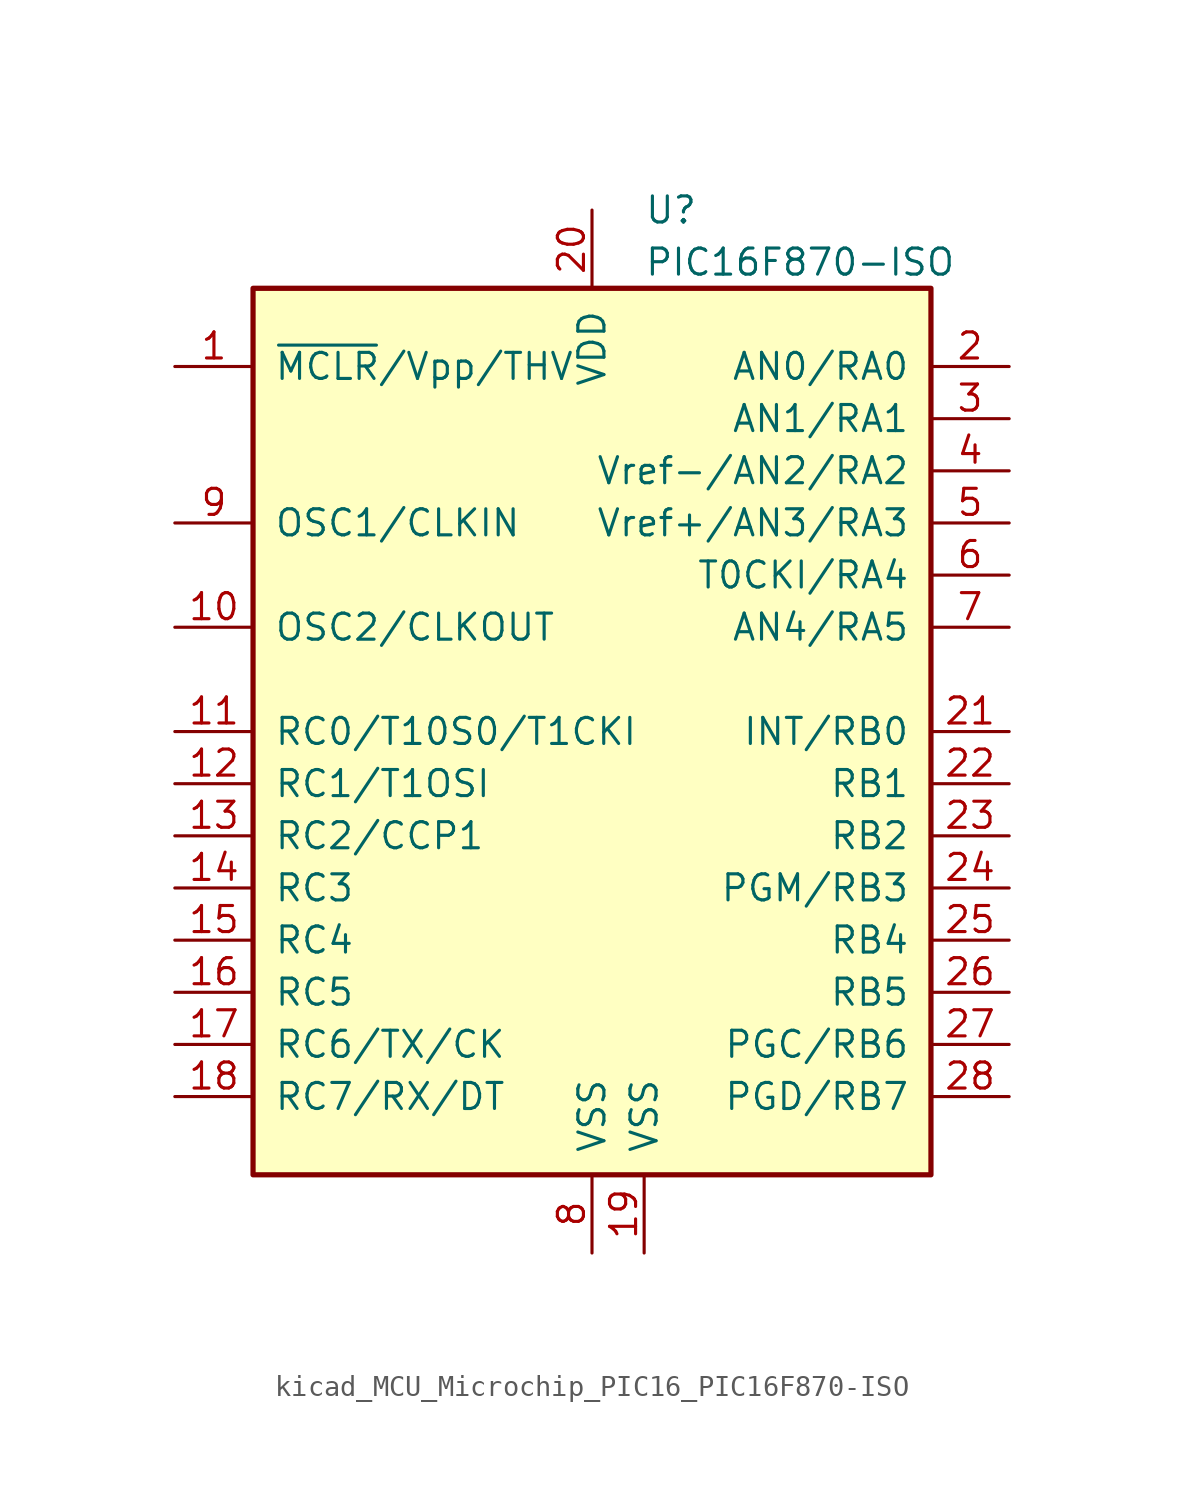
<source format=kicad_sym>
(kicad_symbol_lib
  (version 20220914)
  (generator kicad_symbol_editor)
  (symbol "kicad_MCU_Microchip_PIC16_PIC16F870-ISO"
    (pin_names
      (offset 1.016))
    (property "Reference" "U"
      (at 2.54 25.4 0)
      (effects (font (size 1.27 1.27)) (justify left)))
    (property "Value" "PIC16F870-ISO"
      (at 2.54 22.86 0)
      (effects (font (size 1.27 1.27)) (justify left)))
    (symbol "kicad_MCU_Microchip_PIC16_PIC16F870-ISO_0_1"
      (rectangle (start -16.51 -21.59) (end 16.51 21.59) (stroke (width 0.254) (type default)) (fill (type background))))
    (symbol "kicad_MCU_Microchip_PIC16_PIC16F870-ISO_1_1"
      (pin input line (at -20.32 17.78 0) (length 3.81) (name "~{MCLR}/Vpp/THV" (effects (font (size 1.27 1.27)))) (number "1" (effects (font (size 1.27 1.27)))))
      (pin output line (at -20.32 5.08 0) (length 3.81) (name "OSC2/CLKOUT" (effects (font (size 1.27 1.27)))) (number "10" (effects (font (size 1.27 1.27)))))
      (pin bidirectional line (at -20.32 0 0) (length 3.81) (name "RC0/T10S0/T1CKI" (effects (font (size 1.27 1.27)))) (number "11" (effects (font (size 1.27 1.27)))))
      (pin bidirectional line (at -20.32 -2.54 0) (length 3.81) (name "RC1/T1OSI" (effects (font (size 1.27 1.27)))) (number "12" (effects (font (size 1.27 1.27)))))
      (pin bidirectional line (at -20.32 -5.08 0) (length 3.81) (name "RC2/CCP1" (effects (font (size 1.27 1.27)))) (number "13" (effects (font (size 1.27 1.27)))))
      (pin bidirectional line (at -20.32 -7.62 0) (length 3.81) (name "RC3" (effects (font (size 1.27 1.27)))) (number "14" (effects (font (size 1.27 1.27)))))
      (pin bidirectional line (at -20.32 -10.16 0) (length 3.81) (name "RC4" (effects (font (size 1.27 1.27)))) (number "15" (effects (font (size 1.27 1.27)))))
      (pin bidirectional line (at -20.32 -12.7 0) (length 3.81) (name "RC5" (effects (font (size 1.27 1.27)))) (number "16" (effects (font (size 1.27 1.27)))))
      (pin bidirectional line (at -20.32 -15.24 0) (length 3.81) (name "RC6/TX/CK" (effects (font (size 1.27 1.27)))) (number "17" (effects (font (size 1.27 1.27)))))
      (pin bidirectional line (at -20.32 -17.78 0) (length 3.81) (name "RC7/RX/DT" (effects (font (size 1.27 1.27)))) (number "18" (effects (font (size 1.27 1.27)))))
      (pin power_in line (at 2.54 -25.4 90) (length 3.81) (name "VSS" (effects (font (size 1.27 1.27)))) (number "19" (effects (font (size 1.27 1.27)))))
      (pin bidirectional line (at 20.32 17.78 180) (length 3.81) (name "AN0/RA0" (effects (font (size 1.27 1.27)))) (number "2" (effects (font (size 1.27 1.27)))))
      (pin power_in line (at 0 25.4 270) (length 3.81) (name "VDD" (effects (font (size 1.27 1.27)))) (number "20" (effects (font (size 1.27 1.27)))))
      (pin bidirectional line (at 20.32 0 180) (length 3.81) (name "INT/RB0" (effects (font (size 1.27 1.27)))) (number "21" (effects (font (size 1.27 1.27)))))
      (pin bidirectional line (at 20.32 -2.54 180) (length 3.81) (name "RB1" (effects (font (size 1.27 1.27)))) (number "22" (effects (font (size 1.27 1.27)))))
      (pin bidirectional line (at 20.32 -5.08 180) (length 3.81) (name "RB2" (effects (font (size 1.27 1.27)))) (number "23" (effects (font (size 1.27 1.27)))))
      (pin bidirectional line (at 20.32 -7.62 180) (length 3.81) (name "PGM/RB3" (effects (font (size 1.27 1.27)))) (number "24" (effects (font (size 1.27 1.27)))))
      (pin bidirectional line (at 20.32 -10.16 180) (length 3.81) (name "RB4" (effects (font (size 1.27 1.27)))) (number "25" (effects (font (size 1.27 1.27)))))
      (pin bidirectional line (at 20.32 -12.7 180) (length 3.81) (name "RB5" (effects (font (size 1.27 1.27)))) (number "26" (effects (font (size 1.27 1.27)))))
      (pin bidirectional line (at 20.32 -15.24 180) (length 3.81) (name "PGC/RB6" (effects (font (size 1.27 1.27)))) (number "27" (effects (font (size 1.27 1.27)))))
      (pin bidirectional line (at 20.32 -17.78 180) (length 3.81) (name "PGD/RB7" (effects (font (size 1.27 1.27)))) (number "28" (effects (font (size 1.27 1.27)))))
      (pin bidirectional line (at 20.32 15.24 180) (length 3.81) (name "AN1/RA1" (effects (font (size 1.27 1.27)))) (number "3" (effects (font (size 1.27 1.27)))))
      (pin bidirectional line (at 20.32 12.7 180) (length 3.81) (name "Vref-/AN2/RA2" (effects (font (size 1.27 1.27)))) (number "4" (effects (font (size 1.27 1.27)))))
      (pin bidirectional line (at 20.32 10.16 180) (length 3.81) (name "Vref+/AN3/RA3" (effects (font (size 1.27 1.27)))) (number "5" (effects (font (size 1.27 1.27)))))
      (pin bidirectional line (at 20.32 7.62 180) (length 3.81) (name "T0CKI/RA4" (effects (font (size 1.27 1.27)))) (number "6" (effects (font (size 1.27 1.27)))))
      (pin bidirectional line (at 20.32 5.08 180) (length 3.81) (name "AN4/RA5" (effects (font (size 1.27 1.27)))) (number "7" (effects (font (size 1.27 1.27)))))
      (pin power_in line (at 0 -25.4 90) (length 3.81) (name "VSS" (effects (font (size 1.27 1.27)))) (number "8" (effects (font (size 1.27 1.27)))))
      (pin input line (at -20.32 10.16 0) (length 3.81) (name "OSC1/CLKIN" (effects (font (size 1.27 1.27)))) (number "9" (effects (font (size 1.27 1.27))))))))
</source>
